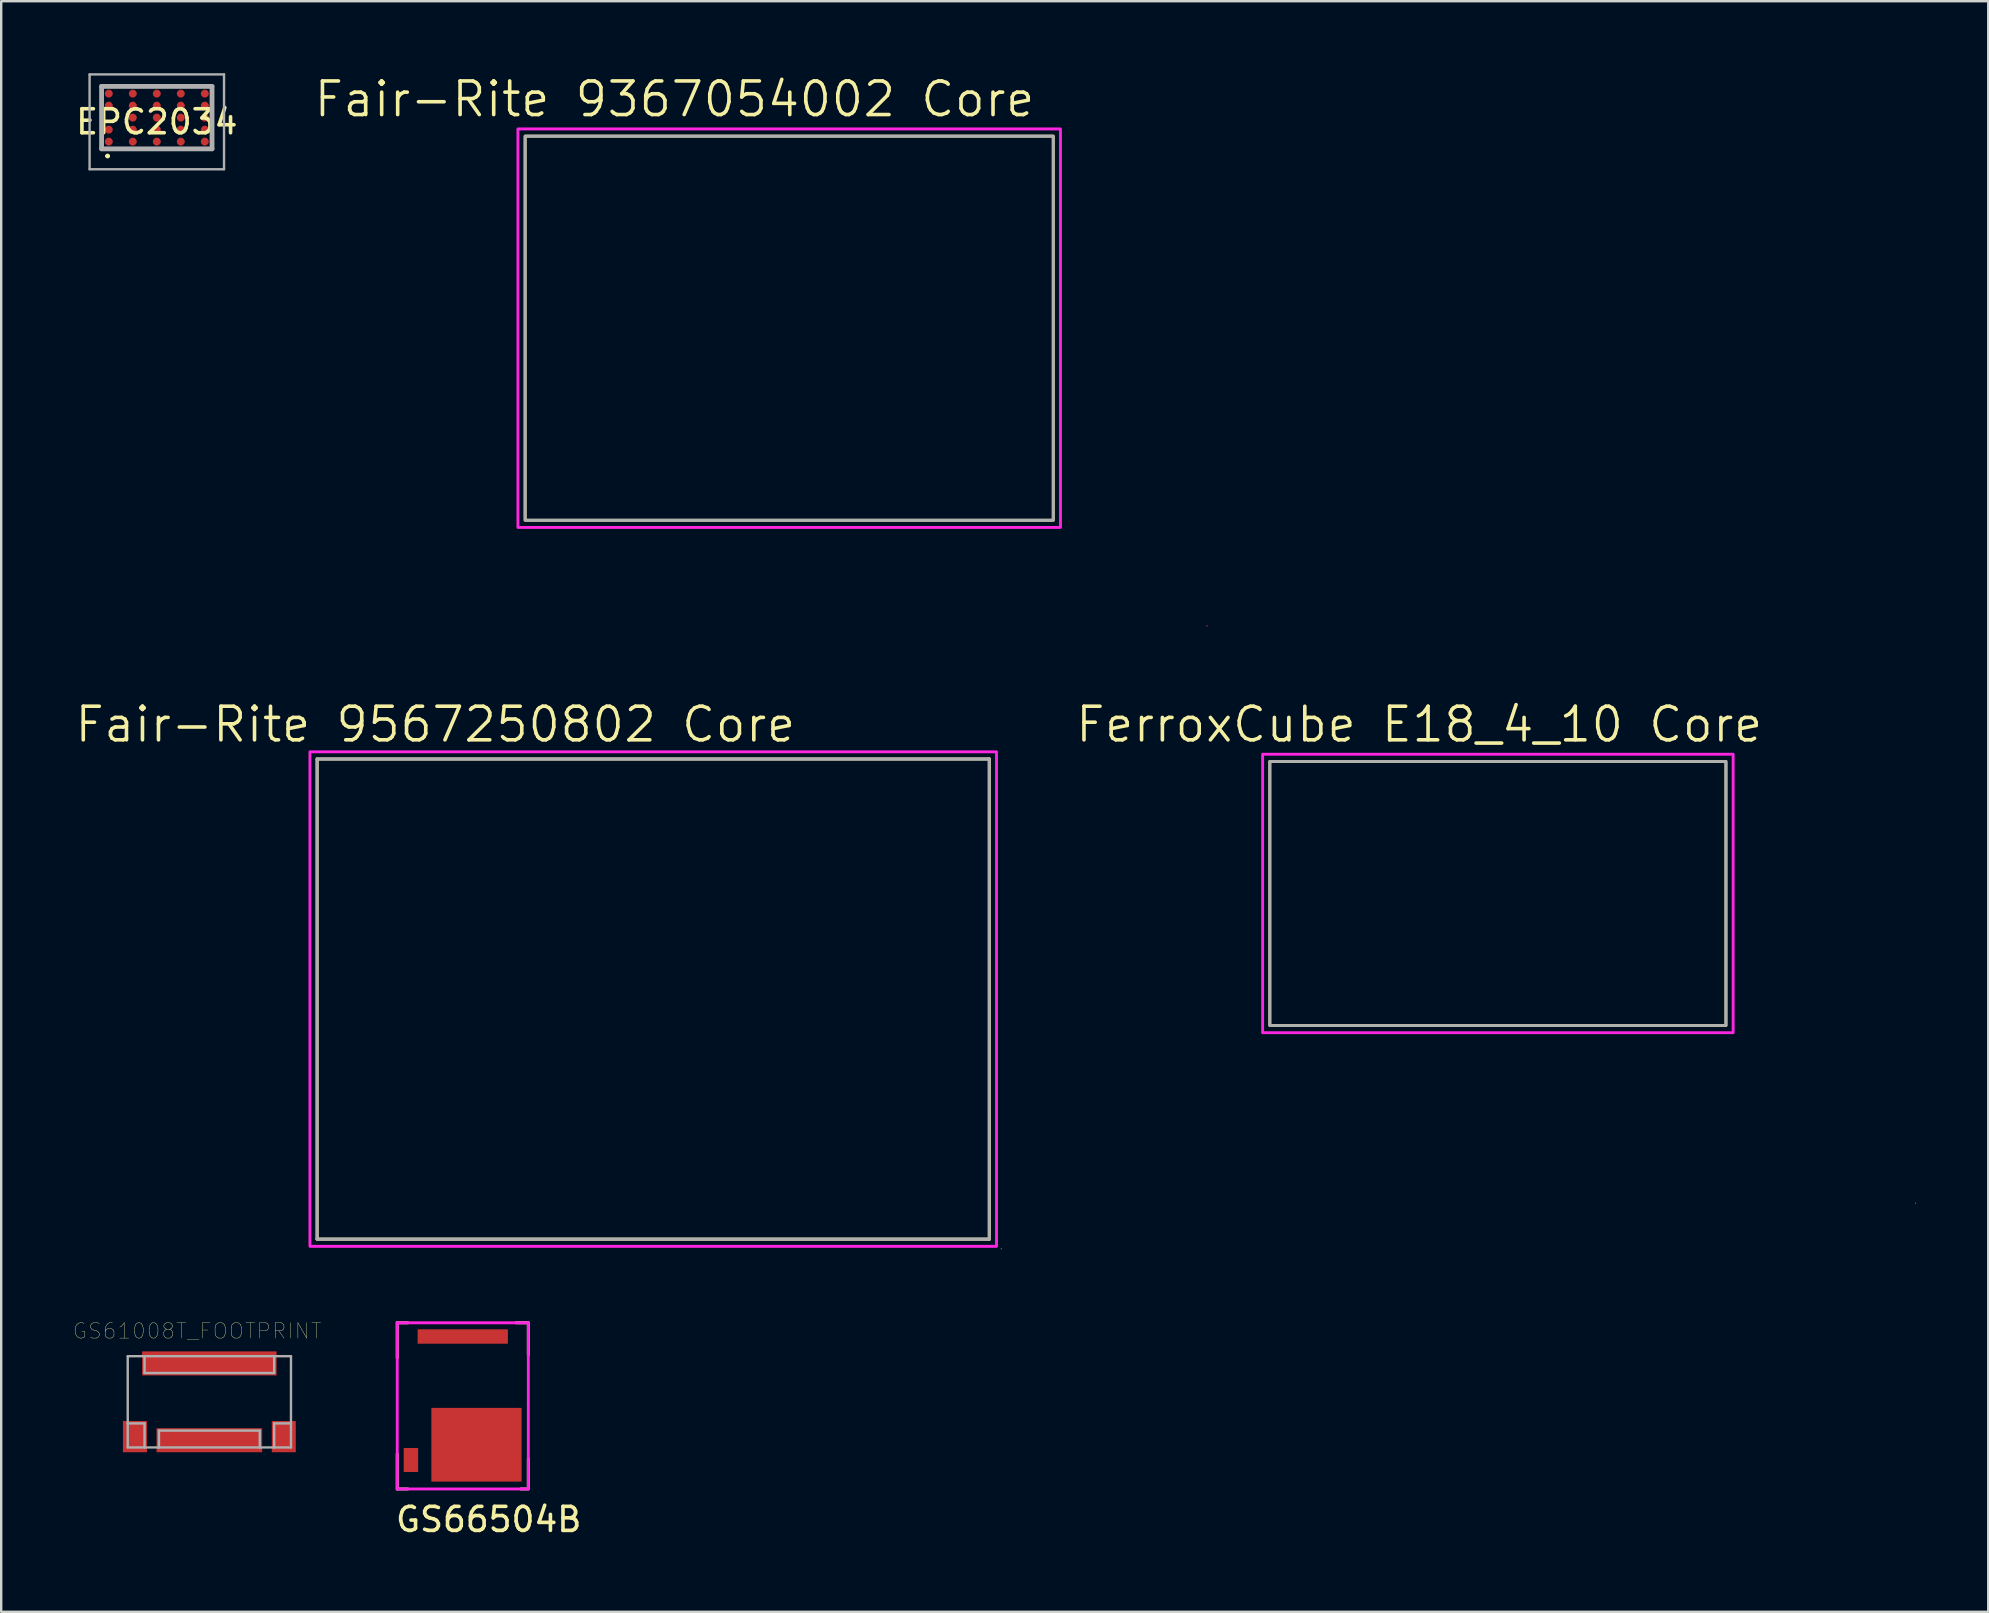
<source format=kicad_pcb>
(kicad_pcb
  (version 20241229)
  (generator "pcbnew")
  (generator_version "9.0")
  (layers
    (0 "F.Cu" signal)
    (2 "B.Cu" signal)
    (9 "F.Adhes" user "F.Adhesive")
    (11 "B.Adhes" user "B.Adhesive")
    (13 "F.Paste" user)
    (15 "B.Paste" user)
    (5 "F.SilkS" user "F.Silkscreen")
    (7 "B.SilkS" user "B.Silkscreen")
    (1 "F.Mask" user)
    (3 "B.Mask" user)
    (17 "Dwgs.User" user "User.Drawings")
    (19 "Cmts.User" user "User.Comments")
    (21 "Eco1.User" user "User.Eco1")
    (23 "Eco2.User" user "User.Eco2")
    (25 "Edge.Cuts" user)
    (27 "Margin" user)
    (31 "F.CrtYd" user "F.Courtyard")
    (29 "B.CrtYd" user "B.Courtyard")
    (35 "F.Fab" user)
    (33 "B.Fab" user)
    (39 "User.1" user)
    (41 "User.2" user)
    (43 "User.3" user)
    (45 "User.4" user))
  (footprint "EPC2034"
    (layer "F.Cu")
    (at 3.482 2.025)
    (property "Reference" "EPC2034" (at 0 0 0) (layer "F.SilkS") (effects (font (size 1 1) (thickness 0.15))))
    (attr through_hole)
    (fp_line (start -2.3 -1.475) (end 2.3 -1.475) (stroke (width 0.1) (type solid)) (layer "F.SilkS"))
    (fp_line (start -2.3 1.125) (end -2.3 -1.475) (stroke (width 0.1) (type solid)) (layer "F.SilkS"))
    (fp_line (start -2.1 1.425) (end -2.1 1.425) (stroke (width 0.1) (type solid)) (layer "F.SilkS"))
    (fp_line (start -2 1.425) (end -2 1.425) (stroke (width 0.1) (type solid)) (layer "F.SilkS"))
    (fp_line (start 2.3 -1.475) (end 2.3 1.125) (stroke (width 0.1) (type solid)) (layer "F.SilkS"))
    (fp_line (start 2.3 1.125) (end -2.3 1.125) (stroke (width 0.1) (type solid)) (layer "F.SilkS"))
    (fp_arc (start -2.1 1.425) (mid -2.05 1.375) (end -2 1.425) (stroke (width 0.1) (type solid)) (layer "F.SilkS"))
    (fp_arc (start -2 1.425) (mid -2.05 1.475) (end -2.1 1.425) (stroke (width 0.1) (type solid)) (layer "F.SilkS"))
    (fp_line (start -2.8 -1.975) (end 2.8 -1.975) (stroke (width 0.1) (type solid)) (layer "F.Fab"))
    (fp_line (start -2.8 1.975) (end -2.8 -1.975) (stroke (width 0.1) (type solid)) (layer "F.Fab"))
    (fp_line (start -2.3 -1.475) (end 2.3 -1.475) (stroke (width 0.2) (type solid)) (layer "F.Fab"))
    (fp_line (start -2.3 1.125) (end -2.3 -1.475) (stroke (width 0.2) (type solid)) (layer "F.Fab"))
    (fp_line (start 2.3 -1.475) (end 2.3 1.125) (stroke (width 0.2) (type solid)) (layer "F.Fab"))
    (fp_line (start 2.3 1.125) (end -2.3 1.125) (stroke (width 0.2) (type solid)) (layer "F.Fab"))
    (fp_line (start 2.8 -1.975) (end 2.8 1.975) (stroke (width 0.1) (type solid)) (layer "F.Fab"))
    (fp_line (start 2.8 1.975) (end -2.8 1.975) (stroke (width 0.1) (type solid)) (layer "F.Fab"))
    (pad "1" smd circle (at -2 0.825) (size 0.33 0.33) (layers "F.Cu" "F.Mask" "F.Paste"))
    (pad "2" smd circle (at -2 0.325) (size 0.33 0.33) (layers "F.Cu" "F.Mask" "F.Paste"))
    (pad "3" smd circle (at -2 -0.675) (size 0.33 0.33) (layers "F.Cu" "F.Mask" "F.Paste"))
    (pad "4" smd circle (at -2 -1.175) (size 0.33 0.33) (layers "F.Cu" "F.Mask" "F.Paste"))
    (pad "5" smd circle (at -1 0.825) (size 0.33 0.33) (layers "F.Cu" "F.Mask" "F.Paste"))
    (pad "6" smd circle (at -1 0.325) (size 0.33 0.33) (layers "F.Cu" "F.Mask" "F.Paste"))
    (pad "7" smd circle (at -1 -0.175) (size 0.33 0.33) (layers "F.Cu" "F.Mask" "F.Paste"))
    (pad "8" smd circle (at -1 -0.675) (size 0.33 0.33) (layers "F.Cu" "F.Mask" "F.Paste"))
    (pad "9" smd circle (at -1 -1.175) (size 0.33 0.33) (layers "F.Cu" "F.Mask" "F.Paste"))
    (pad "10" smd circle (at 0 0.825) (size 0.33 0.33) (layers "F.Cu" "F.Mask" "F.Paste"))
    (pad "11" smd circle (at 0 0.325) (size 0.33 0.33) (layers "F.Cu" "F.Mask" "F.Paste"))
    (pad "12" smd circle (at 0 -0.175) (size 0.33 0.33) (layers "F.Cu" "F.Mask" "F.Paste"))
    (pad "13" smd circle (at 0 -0.675) (size 0.33 0.33) (layers "F.Cu" "F.Mask" "F.Paste"))
    (pad "14" smd circle (at 0 -1.175) (size 0.33 0.33) (layers "F.Cu" "F.Mask" "F.Paste"))
    (pad "15" smd circle (at 1 0.825) (size 0.33 0.33) (layers "F.Cu" "F.Mask" "F.Paste"))
    (pad "16" smd circle (at 1 0.325) (size 0.33 0.33) (layers "F.Cu" "F.Mask" "F.Paste"))
    (pad "17" smd circle (at 1 -0.175) (size 0.33 0.33) (layers "F.Cu" "F.Mask" "F.Paste"))
    (pad "18" smd circle (at 1 -0.675) (size 0.33 0.33) (layers "F.Cu" "F.Mask" "F.Paste"))
    (pad "19" smd circle (at 1 -1.175) (size 0.33 0.33) (layers "F.Cu" "F.Mask" "F.Paste"))
    (pad "20" smd circle (at 2 0.825) (size 0.33 0.33) (layers "F.Cu" "F.Mask" "F.Paste"))
    (pad "21" smd circle (at 2 0.325) (size 0.33 0.33) (layers "F.Cu" "F.Mask" "F.Paste"))
    (pad "22" smd circle (at 2 -0.175) (size 0.33 0.33) (layers "F.Cu" "F.Mask" "F.Paste"))
    (pad "23" smd circle (at 2 -0.675) (size 0.33 0.33) (layers "F.Cu" "F.Mask" "F.Paste"))
    (pad "24" smd circle (at 2 -1.175) (size 0.33 0.33) (layers "F.Cu" "F.Mask" "F.Paste")))
  (footprint "Fair-Rite 9367054002 Core"
    (layer "F.Cu")
    (at 29.825 10.421)
    (property "Reference" "Fair-Rite 9367054002 Core" (at -4.776 -9.339 0) (layer "F.SilkS") (effects (font (size 1.4 1.4) (thickness 0.15))))
    (attr through_hole)
    (fp_rect (start -11 -7.8) (end 11 8.2) (stroke (width 0.12) (type solid)) (fill no) (layer "F.SilkS"))
    (fp_line (start 17.4 12.6) (end 17.4 12.6) (stroke (width 0.05) (type solid)) (layer "F.CrtYd"))
    (fp_rect (start -11.3 -8.1) (end 11.3 8.5) (stroke (width 0.12) (type solid)) (fill no) (layer "F.CrtYd"))
    (fp_rect (start -11 -7.8) (end 11 8.2) (stroke (width 0.12) (type solid)) (fill no) (layer "F.Fab")))
  (footprint "GS61008T_FOOTPRINT"
    (layer "F.Cu")
    (at 5.671 55.345)
    (property "Reference" "GS61008T_FOOTPRINT" (at -0.509 -2.951 0) (layer "F.SilkS") (effects (font (size 0.641 0.641) (thickness 0.015))))
    (attr through_hole)
    (fp_line (start -3.4 -1.9) (end -2.7 -1.9) (stroke (width 0.1) (type solid)) (layer "F.Fab"))
    (fp_line (start -3.4 0.9) (end -3.4 -1.9) (stroke (width 0.1) (type solid)) (layer "F.Fab"))
    (fp_line (start -3.4 0.9) (end -2.7 0.9) (stroke (width 0.1) (type solid)) (layer "F.Fab"))
    (fp_line (start -3.4 1.9) (end -3.4 0.9) (stroke (width 0.1) (type solid)) (layer "F.Fab"))
    (fp_line (start -2.7 -1.9) (end -2.7 -1.2) (stroke (width 0.1) (type solid)) (layer "F.Fab"))
    (fp_line (start -2.7 -1.9) (end 2.7 -1.9) (stroke (width 0.1) (type solid)) (layer "F.Fab"))
    (fp_line (start -2.7 -1.2) (end 2.7 -1.2) (stroke (width 0.1) (type solid)) (layer "F.Fab"))
    (fp_line (start -2.7 0.9) (end -2.7 1.9) (stroke (width 0.1) (type solid)) (layer "F.Fab"))
    (fp_line (start -2.7 1.9) (end -3.4 1.9) (stroke (width 0.1) (type solid)) (layer "F.Fab"))
    (fp_line (start -2.1 1.2) (end -2.1 1.9) (stroke (width 0.1) (type solid)) (layer "F.Fab"))
    (fp_line (start -2.1 1.9) (end -2.7 1.9) (stroke (width 0.1) (type solid)) (layer "F.Fab"))
    (fp_line (start 2.1 1.2) (end -2.1 1.2) (stroke (width 0.1) (type solid)) (layer "F.Fab"))
    (fp_line (start 2.1 1.9) (end -2.1 1.9) (stroke (width 0.1) (type solid)) (layer "F.Fab"))
    (fp_line (start 2.1 1.9) (end 2.1 1.2) (stroke (width 0.1) (type solid)) (layer "F.Fab"))
    (fp_line (start 2.7 -1.9) (end 3.4 -1.9) (stroke (width 0.1) (type solid)) (layer "F.Fab"))
    (fp_line (start 2.7 -1.2) (end 2.7 -1.9) (stroke (width 0.1) (type solid)) (layer "F.Fab"))
    (fp_line (start 2.7 0.9) (end 2.7 1.9) (stroke (width 0.1) (type solid)) (layer "F.Fab"))
    (fp_line (start 2.7 1.9) (end 2.1 1.9) (stroke (width 0.1) (type solid)) (layer "F.Fab"))
    (fp_line (start 3.4 -1.9) (end 3.4 0.9) (stroke (width 0.1) (type solid)) (layer "F.Fab"))
    (fp_line (start 3.4 0.9) (end 2.7 0.9) (stroke (width 0.1) (type solid)) (layer "F.Fab"))
    (fp_line (start 3.4 0.9) (end 3.4 1.9) (stroke (width 0.1) (type solid)) (layer "F.Fab"))
    (fp_line (start 3.4 1.9) (end 2.7 1.9) (stroke (width 0.1) (type solid)) (layer "F.Fab"))
    (pad "1" smd rect (at 0 -1.6) (size 5.6 1) (layers "F.Cu" "F.Mask" "F.Paste"))
    (pad "2" smd rect (at 3.1 1.45) (size 1 1.3) (layers "F.Cu" "F.Mask" "F.Paste"))
    (pad "3" smd rect (at 0 1.6) (size 4.4 1) (layers "F.Cu" "F.Mask" "F.Paste"))
    (pad "4" smd rect (at -3.1 1.45) (size 1 1.3) (layers "F.Cu" "F.Mask" "F.Paste")))
  (footprint "Fair-Rite 9567250802 Core"
    (layer "F.Cu")
    (at 18.161 33.568)
    (property "Reference" "Fair-Rite 9567250802 Core" (at -3.076 -6.439 0) (layer "F.SilkS") (effects (font (size 1.4 1.4) (thickness 0.15))))
    (attr through_hole)
    (fp_line (start -8 -5) (end 20 -5) (stroke (width 0.127) (type solid)) (layer "F.SilkS"))
    (fp_line (start -8 15) (end -8 -5) (stroke (width 0.127) (type solid)) (layer "F.SilkS"))
    (fp_line (start 20 -5) (end 20 15) (stroke (width 0.127) (type solid)) (layer "F.SilkS"))
    (fp_line (start 20 15) (end -8 15) (stroke (width 0.127) (type solid)) (layer "F.SilkS"))
    (fp_line (start 20.5 15.4) (end 20.5 15.4) (stroke (width 0.05) (type solid)) (layer "F.CrtYd"))
    (fp_rect (start -8.3 -5.3) (end 20.3 15.3) (stroke (width 0.12) (type solid)) (fill no) (layer "F.CrtYd"))
    (fp_line (start -8 15) (end -8 -5) (stroke (width 0.127) (type solid)) (layer "F.Fab"))
    (fp_line (start -7.902 -5) (end 20 -5) (stroke (width 0.127) (type solid)) (layer "F.Fab"))
    (fp_line (start 20 -5) (end 20.002 15) (stroke (width 0.127) (type solid)) (layer "F.Fab"))
    (fp_line (start 20.002 15) (end -8 15) (stroke (width 0.127) (type solid)) (layer "F.Fab")))
  (footprint "FerroxCube E18_4_10 Core"
    (layer "F.Cu")
    (at 59.347 34.468)
    (property "Reference" "FerroxCube E18_4_10 Core" (at -3.276 -7.339 0) (layer "F.SilkS") (effects (font (size 1.4 1.4) (thickness 0.15))))
    (attr through_hole)
    (fp_rect (start -9.5 -5.8) (end 9.5 5.2) (stroke (width 0.12) (type solid)) (fill no) (layer "F.SilkS"))
    (fp_line (start 17.4 12.6) (end 17.4 12.6) (stroke (width 0.05) (type solid)) (layer "F.CrtYd"))
    (fp_rect (start -9.8 -6.1) (end 9.8 5.5) (stroke (width 0.12) (type solid)) (fill no) (layer "F.CrtYd"))
    (fp_rect (start -9.5 -5.8) (end 9.5 5.2) (stroke (width 0.12) (type solid)) (fill no) (layer "F.Fab")))
  (footprint "GS66504B"
    (layer "F.Cu")
    (at 17.053 56.752)
    (property "Reference" "GS66504B" (at 0.254 3.493 0) (layer "F.SilkS") (effects (font (size 1 1) (thickness 0.15))))
    (attr through_hole)
    (fp_line (start -3.556 -4.699) (end -3.556 -3.239) (stroke (width 0.12) (type solid)) (layer "F.SilkS"))
    (fp_line (start -3.556 0.762) (end -3.556 2.223) (stroke (width 0.12) (type solid)) (layer "F.SilkS"))
    (fp_line (start -3.556 2.223) (end -3.111 2.223) (stroke (width 0.12) (type solid)) (layer "F.SilkS"))
    (fp_line (start -3.111 -4.699) (end -3.556 -4.699) (stroke (width 0.12) (type solid)) (layer "F.SilkS"))
    (fp_line (start 1.397 -4.699) (end 1.905 -4.699) (stroke (width 0.12) (type solid)) (layer "F.SilkS"))
    (fp_line (start 1.905 -4.699) (end 1.905 -3.365) (stroke (width 0.12) (type solid)) (layer "F.SilkS"))
    (fp_line (start 1.905 0.953) (end 1.905 2.159) (stroke (width 0.12) (type solid)) (layer "F.SilkS"))
    (fp_line (start 1.905 2.223) (end 1.587 2.223) (stroke (width 0.12) (type solid)) (layer "F.SilkS"))
    (fp_line (start -3.556 -4.699) (end -3.556 2.223) (stroke (width 0.12) (type solid)) (layer "F.CrtYd"))
    (fp_line (start -3.556 2.223) (end 1.905 2.223) (stroke (width 0.12) (type solid)) (layer "F.CrtYd"))
    (fp_line (start 1.905 -4.699) (end -3.556 -4.699) (stroke (width 0.12) (type solid)) (layer "F.CrtYd"))
    (fp_line (start 1.905 2.223) (end 1.905 -4.699) (stroke (width 0.12) (type solid)) (layer "F.CrtYd"))
    (pad "1" smd rect (at -0.826 -4.128) (size 3.76 0.6) (layers "F.Cu" "F.Mask" "F.Paste"))
    (pad "2" smd rect (at -2.985 1.016) (size 0.6 1) (layers "F.Cu" "F.Mask" "F.Paste"))
    (pad "3" smd rect (at -0.254 0.381) (size 3.76 3.07) (layers "F.Cu" "F.Mask" "F.Paste")))
  (gr_rect
    (start -3 -3)
    (end 79.772 64.092)
    (stroke (width 0.1) (type default))
    (fill no)
    (layer "Edge.Cuts")))
</source>
